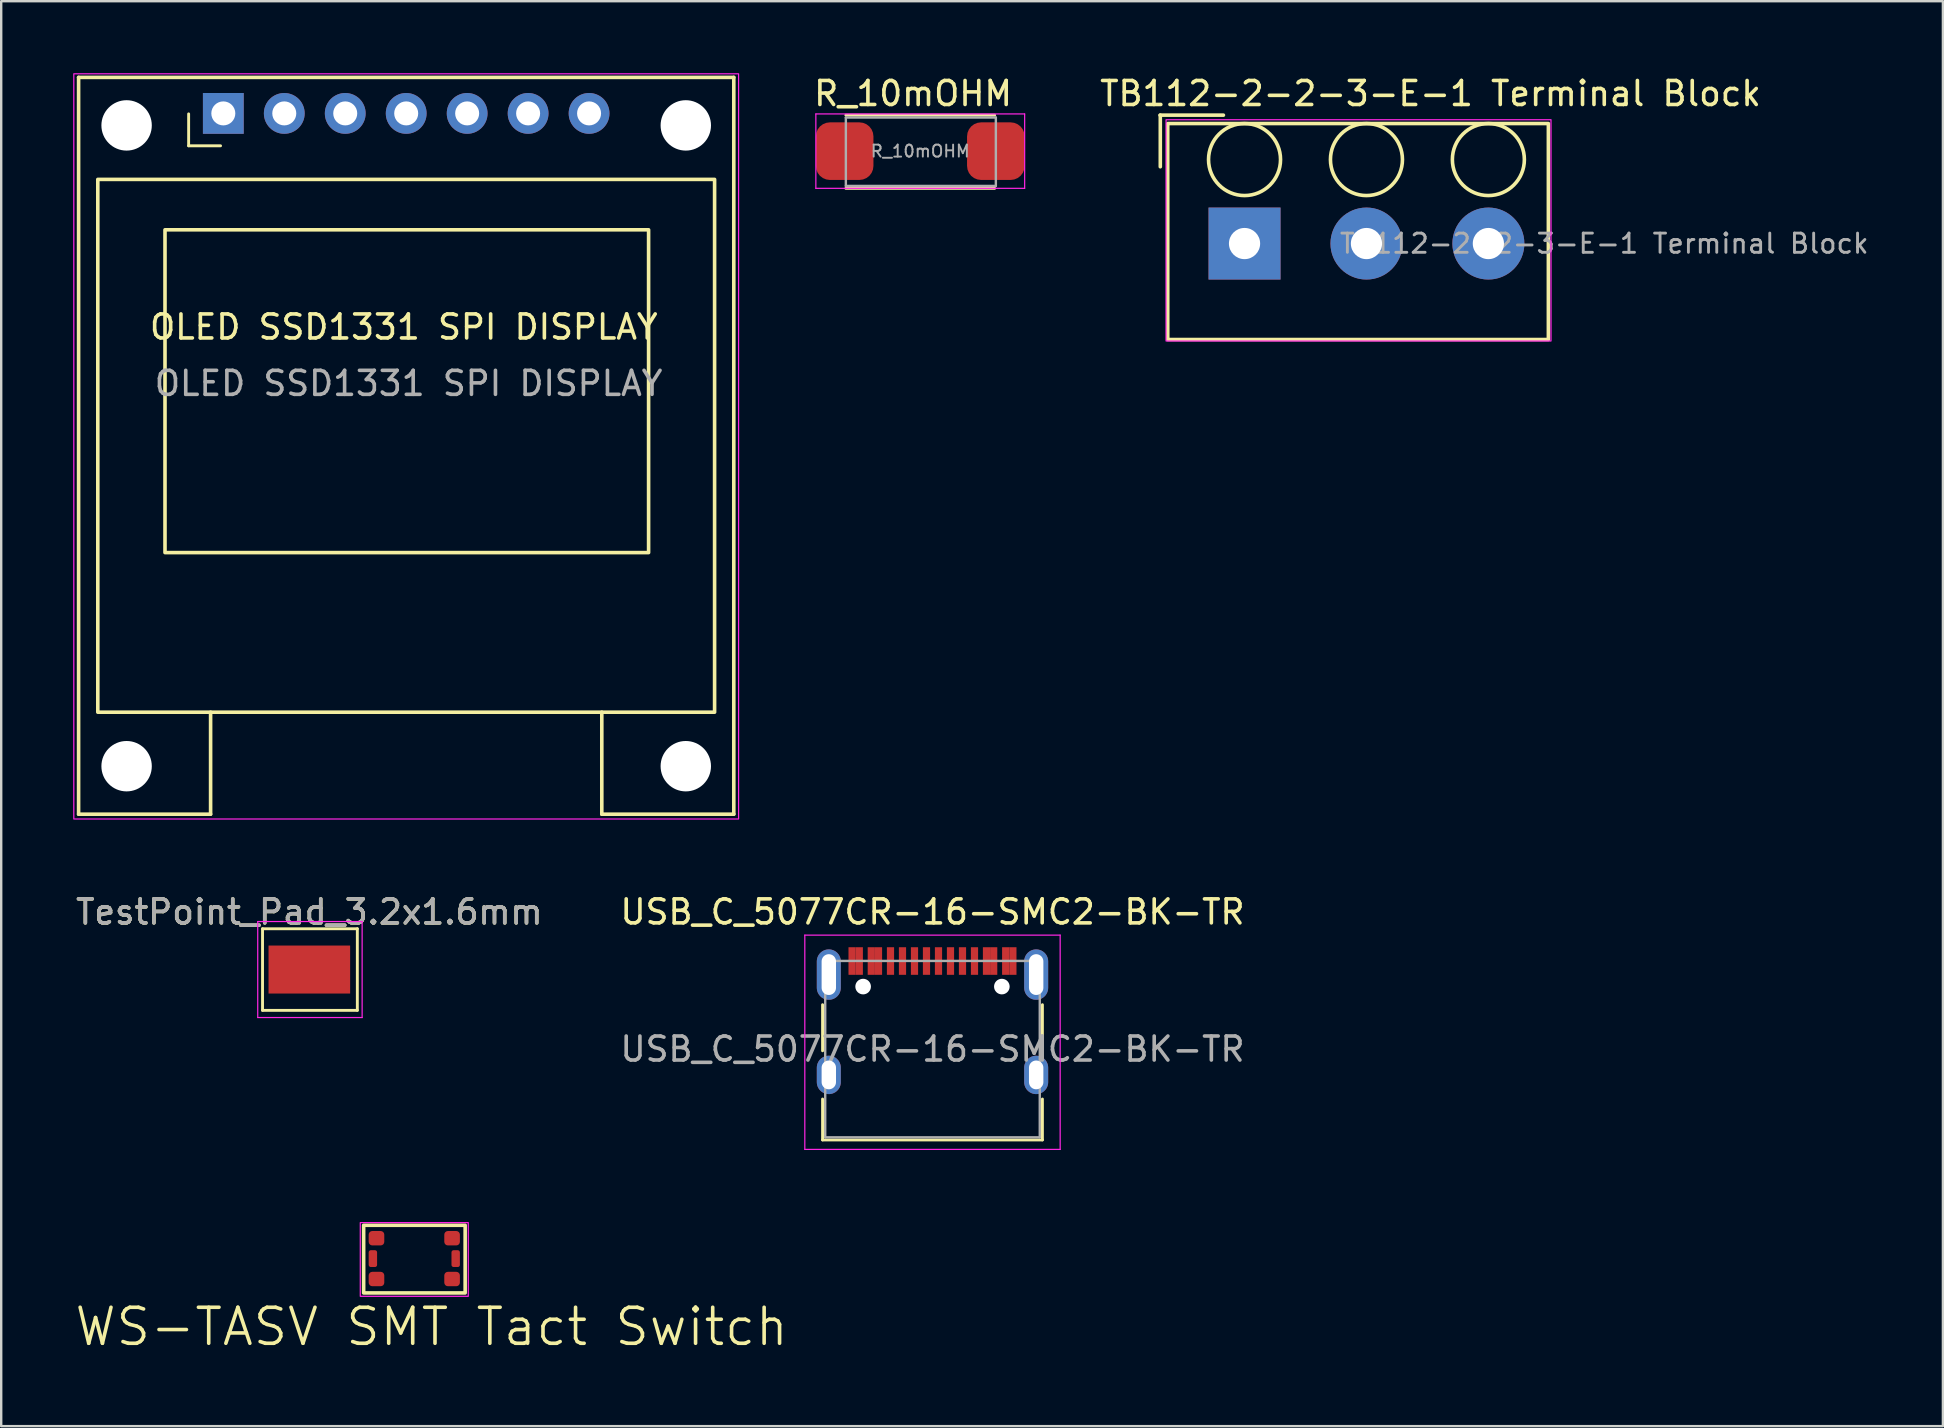
<source format=kicad_pcb>
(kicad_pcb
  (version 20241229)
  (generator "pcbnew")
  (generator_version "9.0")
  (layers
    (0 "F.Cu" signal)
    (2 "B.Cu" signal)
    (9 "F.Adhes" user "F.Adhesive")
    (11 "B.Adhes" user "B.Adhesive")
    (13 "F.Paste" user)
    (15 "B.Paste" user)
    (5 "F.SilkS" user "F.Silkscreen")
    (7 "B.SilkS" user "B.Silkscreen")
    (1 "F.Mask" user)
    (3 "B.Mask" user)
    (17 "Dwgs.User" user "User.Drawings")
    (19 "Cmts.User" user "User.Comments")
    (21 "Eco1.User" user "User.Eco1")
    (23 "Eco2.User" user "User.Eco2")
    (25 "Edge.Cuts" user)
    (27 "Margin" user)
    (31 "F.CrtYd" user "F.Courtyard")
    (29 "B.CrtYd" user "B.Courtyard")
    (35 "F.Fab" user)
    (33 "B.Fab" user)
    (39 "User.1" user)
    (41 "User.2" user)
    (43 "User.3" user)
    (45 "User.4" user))
  (footprint "WS-TASV SMT Tact Switch"
    (layer "F.Cu")
    (at 14.212 49.393)
    (property "Reference" "WS-TASV SMT Tact Switch" (at 0.72 2.84 0) (unlocked yes) (layer "F.SilkS") (effects (font (size 1.5 1.5) (thickness 0.15))))
    (attr smd)
    (fp_rect (start -2.11 -1.39) (end 2.12 1.43) (stroke (width 0.15) (type solid)) (fill no) (layer "F.SilkS"))
    (fp_rect (start -2.25 -1.5) (end 2.25 1.57) (stroke (width 0.05) (type solid)) (fill no) (layer "F.CrtYd"))
    (pad "1" smd roundrect (at -1.575 -0.85) (size 0.65 0.6) (layers "F.Cu" "F.Mask" "F.Paste") (roundrect_rratio 0.25))
    (pad "2" smd roundrect (at 1.575 -0.85) (size 0.65 0.6) (layers "F.Cu" "F.Mask" "F.Paste") (roundrect_rratio 0.25))
    (pad "3" smd roundrect (at -1.575 0.85) (size 0.65 0.6) (layers "F.Cu" "F.Mask" "F.Paste") (roundrect_rratio 0.25))
    (pad "4" smd roundrect (at 1.575 0.85) (size 0.65 0.6) (layers "F.Cu" "F.Mask" "F.Paste") (roundrect_rratio 0.25))
    (pad "5" smd roundrect (at -1.725 0) (size 0.35 0.7) (layers "F.Cu" "F.Mask" "F.Paste") (roundrect_rratio 0.25))
    (pad "6" smd roundrect (at 1.725 0) (size 0.35 0.7) (layers "F.Cu" "F.Mask" "F.Paste") (roundrect_rratio 0.25)))
  (footprint "TB112-2-2-3-E-1 Terminal Block"
    (layer "F.Cu")
    (at 48.806 7.098)
    (property "Reference" "TB112-2-2-3-E-1 Terminal Block" (at 7.75 -6.25 180) (layer "F.SilkS") (effects (font (size 1 1) (thickness 0.15))))
    (attr through_hole)
    (fp_line (start -3.52 -5.35) (end -0.88 -5.35) (stroke (width 0.15) (type solid)) (layer "F.SilkS"))
    (fp_line (start -3.51 -5.35) (end -3.51 -3.2) (stroke (width 0.15) (type solid)) (layer "F.SilkS"))
    (fp_rect (start -3.2 -5) (end 12.66 4) (stroke (width 0.15) (type solid)) (fill no) (layer "F.SilkS"))
    (fp_circle (center 0 -3.5) (end 1.5 -3.5) (stroke (width 0.15) (type solid)) (fill no) (layer "F.SilkS"))
    (fp_circle (center 5.08 -3.5) (end 6.58 -3.5) (stroke (width 0.15) (type solid)) (fill no) (layer "F.SilkS"))
    (fp_circle (center 10.16 -3.5) (end 11.66 -3.5) (stroke (width 0.15) (type solid)) (fill no) (layer "F.SilkS"))
    (fp_rect (start -3.27 -5.16) (end 12.77 4.06) (stroke (width 0.05) (type solid)) (fill no) (layer "F.CrtYd"))
    (fp_text user "${REFERENCE}" (at 14.99 0 180) (layer "F.Fab") (effects (font (size 0.8 0.8) (thickness 0.12))))
    (pad "1" thru_hole rect (at 0 0) (size 3 3) (drill 1.3) (layers "*.Cu" "*.Mask"))
    (pad "2" thru_hole circle (at 5.08 0) (size 3 3) (drill 1.3) (layers "*.Cu" "*.Mask"))
    (pad "3" thru_hole circle (at 10.16 0) (size 3 3) (drill 1.3) (layers "*.Cu" "*.Mask")))
  (footprint "USB_C_5077CR-16-SMC2-BK-TR"
    (layer "F.Cu")
    (at 35.804 40.663)
    (property "Reference" "USB_C_5077CR-16-SMC2-BK-TR" (at 0 -5.715 180) (layer "F.SilkS") (effects (font (size 1 1) (thickness 0.15))))
    (attr smd)
    (fp_line (start -4.58 -1.85) (end -4.58 0.07) (stroke (width 0.12) (type solid)) (layer "F.SilkS"))
    (fp_line (start -4.58 3.785) (end -4.58 2.08) (stroke (width 0.12) (type solid)) (layer "F.SilkS"))
    (fp_line (start 4.58 0.07) (end 4.58 -1.85) (stroke (width 0.12) (type solid)) (layer "F.SilkS"))
    (fp_line (start 4.58 2.08) (end 4.58 3.785) (stroke (width 0.12) (type solid)) (layer "F.SilkS"))
    (fp_line (start 4.58 3.785) (end -4.58 3.785) (stroke (width 0.12) (type solid)) (layer "F.SilkS"))
    (fp_line (start -5.32 -4.75) (end 5.32 -4.75) (stroke (width 0.05) (type solid)) (layer "F.CrtYd"))
    (fp_line (start -5.32 4.18) (end -5.32 -4.75) (stroke (width 0.05) (type solid)) (layer "F.CrtYd"))
    (fp_line (start 5.32 -4.75) (end 5.32 4.18) (stroke (width 0.05) (type solid)) (layer "F.CrtYd"))
    (fp_line (start 5.32 4.18) (end -5.32 4.18) (stroke (width 0.05) (type solid)) (layer "F.CrtYd"))
    (fp_line (start -4.47 -3.675) (end -4.47 3.675) (stroke (width 0.1) (type solid)) (layer "F.Fab"))
    (fp_line (start -4.47 -3.675) (end 4.47 -3.675) (stroke (width 0.1) (type solid)) (layer "F.Fab"))
    (fp_line (start -4.47 3.675) (end 4.47 3.675) (stroke (width 0.1) (type solid)) (layer "F.Fab"))
    (fp_line (start 4.47 3.675) (end 4.47 -3.675) (stroke (width 0.1) (type solid)) (layer "F.Fab"))
    (fp_text user "${REFERENCE}" (at 0 0 180) (layer "F.Fab") (effects (font (size 1 1) (thickness 0.15))))
    (pad "" np_thru_hole circle (at -2.89 -2.605) (size 0.65 0.65) (drill 0.65) (layers "*.Cu" "*.Mask"))
    (pad "" np_thru_hole circle (at 2.89 -2.605) (size 0.65 0.65) (drill 0.65) (layers "*.Cu" "*.Mask"))
    (pad "A1" smd rect (at -3.35 -3.67) (size 0.3 1.15) (layers "F.Cu" "F.Mask" "F.Paste"))
    (pad "A4" smd rect (at -2.55 -3.67) (size 0.3 1.15) (layers "F.Cu" "F.Mask" "F.Paste"))
    (pad "A5" smd rect (at -1.25 -3.67) (size 0.3 1.15) (layers "F.Cu" "F.Mask" "F.Paste"))
    (pad "A6" smd rect (at -0.25 -3.67) (size 0.3 1.15) (layers "F.Cu" "F.Mask" "F.Paste"))
    (pad "A7" smd rect (at 0.25 -3.67) (size 0.3 1.15) (layers "F.Cu" "F.Mask" "F.Paste"))
    (pad "A8" smd rect (at 1.25 -3.67) (size 0.3 1.15) (layers "F.Cu" "F.Mask" "F.Paste"))
    (pad "A9" smd rect (at 2.55 -3.67) (size 0.3 1.15) (layers "F.Cu" "F.Mask" "F.Paste"))
    (pad "A12" smd rect (at 3.35 -3.67) (size 0.3 1.15) (layers "F.Cu" "F.Mask" "F.Paste"))
    (pad "B1" smd rect (at 3.05 -3.67) (size 0.3 1.15) (layers "F.Cu" "F.Mask" "F.Paste"))
    (pad "B4" smd rect (at 2.25 -3.67) (size 0.3 1.15) (layers "F.Cu" "F.Mask" "F.Paste"))
    (pad "B5" smd rect (at 1.75 -3.67) (size 0.3 1.15) (layers "F.Cu" "F.Mask" "F.Paste"))
    (pad "B6" smd rect (at 0.75 -3.67) (size 0.3 1.15) (layers "F.Cu" "F.Mask" "F.Paste"))
    (pad "B7" smd rect (at -0.75 -3.67) (size 0.3 1.15) (layers "F.Cu" "F.Mask" "F.Paste"))
    (pad "B8" smd rect (at -1.75 -3.67) (size 0.3 1.15) (layers "F.Cu" "F.Mask" "F.Paste"))
    (pad "B9" smd rect (at -2.25 -3.67) (size 0.3 1.15) (layers "F.Cu" "F.Mask" "F.Paste"))
    (pad "B12" smd rect (at -3.05 -3.67) (size 0.3 1.15) (layers "F.Cu" "F.Mask" "F.Paste"))
    (pad "S1" thru_hole oval (at -4.32 -3.105) (size 1 2.1) (drill oval 0.6 1.7) (layers "*.Cu" "*.Mask"))
    (pad "S1" thru_hole oval (at -4.32 1.075) (size 1 1.6) (drill oval 0.6 1.2) (layers "*.Cu" "*.Mask"))
    (pad "S1" thru_hole oval (at 4.32 -3.105) (size 1 2.1) (drill oval 0.6 1.7) (layers "*.Cu" "*.Mask"))
    (pad "S1" thru_hole oval (at 4.32 1.075) (size 1 1.6) (drill oval 0.6 1.2) (layers "*.Cu" "*.Mask")))
  (footprint "TestPoint_Pad_3.2x1.6mm"
    (layer "F.Cu")
    (at 9.839 37.348)
    (property "Reference" "TestPoint_Pad_3.2x1.6mm" (at 0 -2.398 0) (layer "F.SilkS") (effects (font (size 1 1) (thickness 0.15))))
    (attr exclude_from_pos_files exclude_from_bom)
    (fp_line (start -1.95 -1.7) (end 2 -1.7) (stroke (width 0.12) (type solid)) (layer "F.SilkS"))
    (fp_line (start -1.95 1.7) (end -1.95 -1.7) (stroke (width 0.12) (type solid)) (layer "F.SilkS"))
    (fp_line (start 2 -1.7) (end 2 1.7) (stroke (width 0.12) (type solid)) (layer "F.SilkS"))
    (fp_line (start 2 1.7) (end -1.95 1.7) (stroke (width 0.12) (type solid)) (layer "F.SilkS"))
    (fp_line (start -2.15 -2) (end -2.15 2) (stroke (width 0.05) (type solid)) (layer "F.CrtYd"))
    (fp_line (start -2.15 -2) (end 2.2 -2) (stroke (width 0.05) (type solid)) (layer "F.CrtYd"))
    (fp_line (start 2.2 2) (end -2.15 2) (stroke (width 0.05) (type solid)) (layer "F.CrtYd"))
    (fp_line (start 2.2 2) (end 2.2 -2) (stroke (width 0.05) (type solid)) (layer "F.CrtYd"))
    (fp_text user "${REFERENCE}" (at 0 -2.4 0) (layer "F.Fab") (effects (font (size 1 1) (thickness 0.15))))
    (pad "1" smd rect (at 0 0) (size 3.4 2) (layers "F.Cu" "F.Mask")))
  (footprint "OLED SSD1331 SPI DISPLAY"
    (layer "F.Cu")
    (at 13.875 15.525)
    (property "Reference" "OLED SSD1331 SPI DISPLAY" (at -0.1 -4.95 180) (layer "F.SilkS") (effects (font (size 1 1) (thickness 0.15))))
    (attr through_hole)
    (fp_line (start -13.65 -15.35) (end -13.65 15.35) (stroke (width 0.15) (type default)) (layer "F.SilkS"))
    (fp_line (start -13.65 -15.35) (end 13.65 -15.35) (stroke (width 0.15) (type default)) (layer "F.SilkS"))
    (fp_line (start -13.65 15.35) (end -8.15 15.35) (stroke (width 0.15) (type default)) (layer "F.SilkS"))
    (fp_line (start -9.065 -12.5) (end -9.065 -13.83) (stroke (width 0.12) (type solid)) (layer "F.SilkS"))
    (fp_line (start -8.15 15.35) (end -8.15 11.1) (stroke (width 0.15) (type default)) (layer "F.SilkS"))
    (fp_line (start -7.735 -12.5) (end -9.065 -12.5) (stroke (width 0.12) (type solid)) (layer "F.SilkS"))
    (fp_line (start 8.15 15.35) (end 8.15 11.1) (stroke (width 0.15) (type default)) (layer "F.SilkS"))
    (fp_line (start 13.65 -15.35) (end 13.65 15.35) (stroke (width 0.15) (type default)) (layer "F.SilkS"))
    (fp_line (start 13.65 15.35) (end 8.15 15.35) (stroke (width 0.15) (type default)) (layer "F.SilkS"))
    (fp_rect (start -12.85 -11.1) (end 12.85 11.1) (stroke (width 0.15) (type default)) (fill no) (layer "F.SilkS"))
    (fp_rect (start -10.05 -9) (end 10.1 4.45) (stroke (width 0.15) (type default)) (fill no) (layer "F.SilkS"))
    (fp_rect (start -13.85 -15.5) (end 13.85 15.55) (stroke (width 0.05) (type default)) (fill no) (layer "F.CrtYd"))
    (fp_text user "${REFERENCE}" (at 0.1 -2.6 180) (layer "F.Fab") (effects (font (size 1 1) (thickness 0.15))))
    (pad "" np_thru_hole circle (at -11.65 -13.35) (size 2.1 2.1) (drill 2.1) (layers "*.Cu" "*.Mask"))
    (pad "" np_thru_hole circle (at -11.65 13.35) (size 2.1 2.1) (drill 2.1) (layers "*.Cu" "*.Mask"))
    (pad "" np_thru_hole circle (at 11.65 -13.35) (size 2.1 2.1) (drill 2.1) (layers "*.Cu" "*.Mask"))
    (pad "" np_thru_hole circle (at 11.65 13.35) (size 2.1 2.1) (drill 2.1) (layers "*.Cu" "*.Mask"))
    (pad "1" thru_hole rect (at -7.62 -13.85 90) (size 1.7 1.7) (drill 1) (layers "*.Cu" "*.Mask"))
    (pad "2" thru_hole oval (at -5.08 -13.85 90) (size 1.7 1.7) (drill 1) (layers "*.Cu" "*.Mask"))
    (pad "3" thru_hole oval (at -2.54 -13.85 90) (size 1.7 1.7) (drill 1) (layers "*.Cu" "*.Mask"))
    (pad "4" thru_hole oval (at 0 -13.85 90) (size 1.7 1.7) (drill 1) (layers "*.Cu" "*.Mask"))
    (pad "5" thru_hole oval (at 2.54 -13.85 90) (size 1.7 1.7) (drill 1) (layers "*.Cu" "*.Mask"))
    (pad "6" thru_hole oval (at 5.08 -13.85 90) (size 1.7 1.7) (drill 1) (layers "*.Cu" "*.Mask"))
    (pad "7" thru_hole oval (at 7.62 -13.85 90) (size 1.7 1.7) (drill 1) (layers "*.Cu" "*.Mask")))
  (footprint "R_10mOHM"
    (layer "F.Cu")
    (at 35.294 3.248)
    (property "Reference" "R_10mOHM" (at -0.3 -2.4 0) (layer "F.SilkS") (effects (font (size 1 1) (thickness 0.15))))
    (attr smd)
    (fp_line (start -3.1 -1.5) (end 3.1 -1.5) (stroke (width 0.12) (type solid)) (layer "F.SilkS"))
    (fp_line (start -3.1 1.55) (end 3.1 1.55) (stroke (width 0.12) (type solid)) (layer "F.SilkS"))
    (fp_line (start -4.35 -1.55) (end 4.35 -1.55) (stroke (width 0.05) (type solid)) (layer "F.CrtYd"))
    (fp_line (start -4.35 1.55) (end -4.35 -1.55) (stroke (width 0.05) (type solid)) (layer "F.CrtYd"))
    (fp_line (start 4.35 -1.55) (end 4.35 1.55) (stroke (width 0.05) (type solid)) (layer "F.CrtYd"))
    (fp_line (start 4.35 1.55) (end -4.35 1.55) (stroke (width 0.05) (type solid)) (layer "F.CrtYd"))
    (fp_line (start -3.1 -1.4) (end 3.15 -1.4) (stroke (width 0.1) (type solid)) (layer "F.Fab"))
    (fp_line (start -3.1 1.45) (end -3.1 -1.4) (stroke (width 0.1) (type solid)) (layer "F.Fab"))
    (fp_line (start 3.15 -1.4) (end 3.15 1.45) (stroke (width 0.1) (type solid)) (layer "F.Fab"))
    (fp_line (start 3.15 1.45) (end -3.1 1.45) (stroke (width 0.1) (type solid)) (layer "F.Fab"))
    (fp_text user "${REFERENCE}" (at 0 0 0) (layer "F.Fab") (effects (font (size 0.5 0.5) (thickness 0.08))))
    (pad "1" smd roundrect (at -3.15 0 180) (size 2.4 2.4) (layers "F.Cu" "F.Mask" "F.Paste") (roundrect_rratio 0.244))
    (pad "2" smd roundrect (at 3.15 0 180) (size 2.4 2.4) (layers "F.Cu" "F.Mask" "F.Paste") (roundrect_rratio 0.244)))
  (gr_rect
    (start -3 -3)
    (end 77.905 56.374)
    (stroke (width 0.1) (type default))
    (fill no)
    (layer "Edge.Cuts")))
</source>
